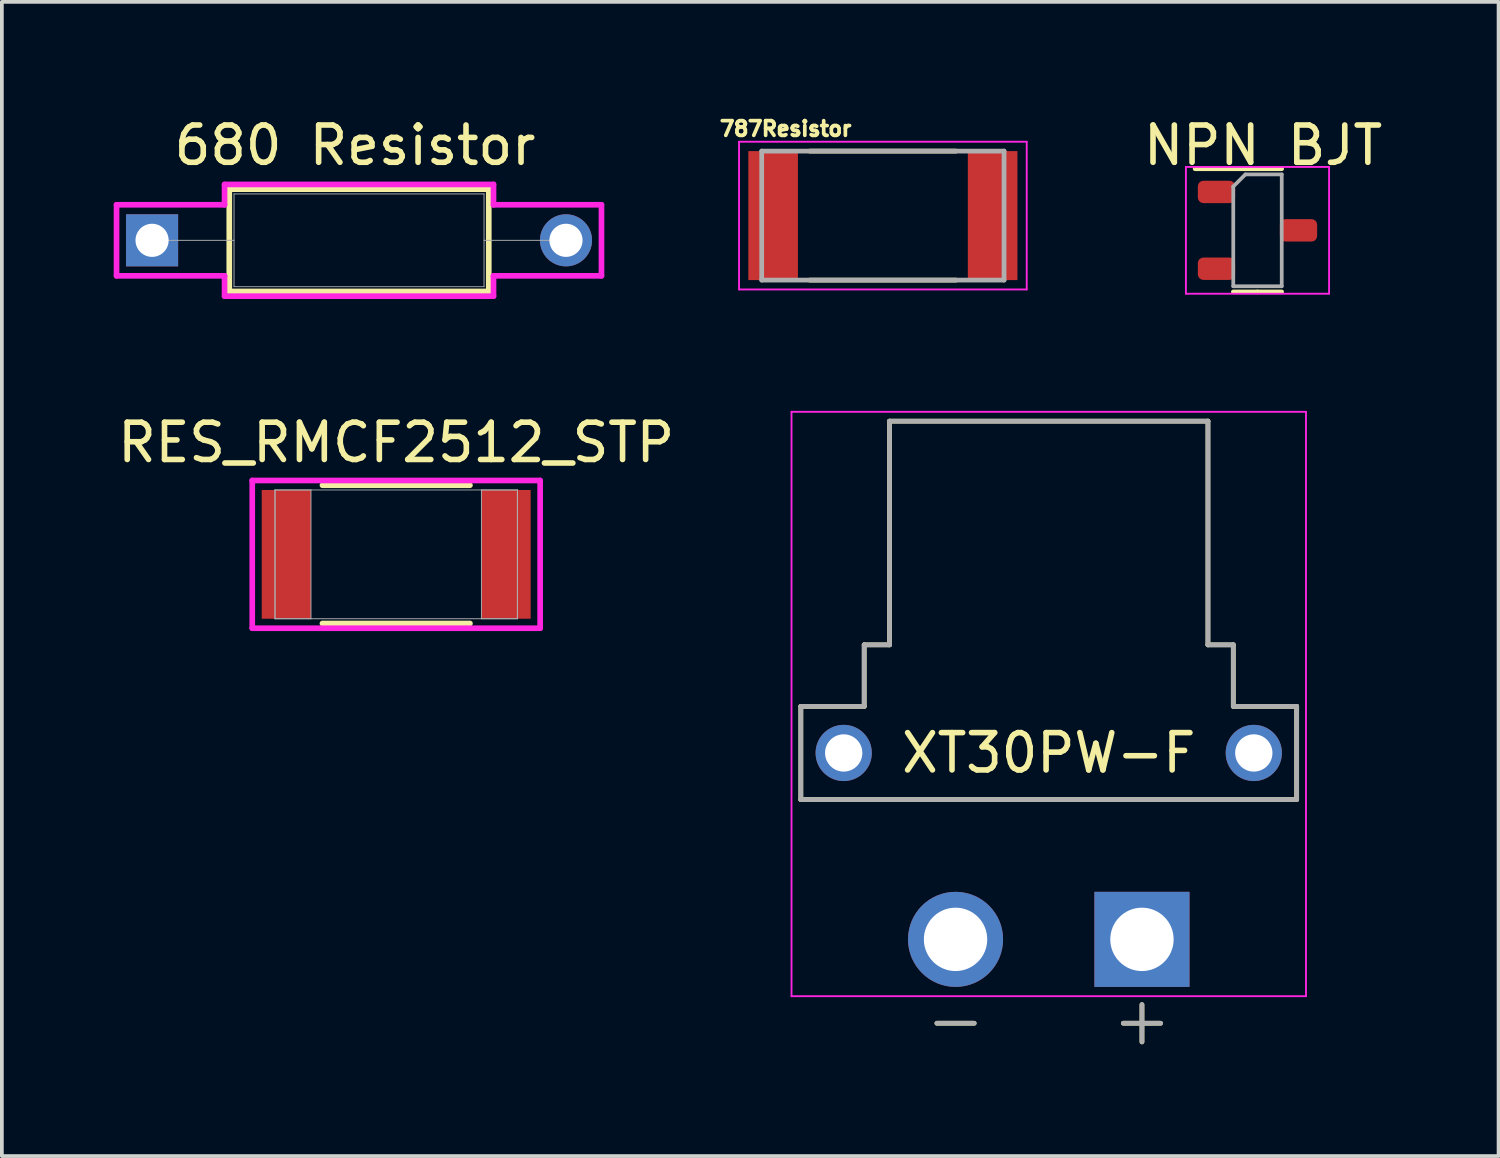
<source format=kicad_pcb>
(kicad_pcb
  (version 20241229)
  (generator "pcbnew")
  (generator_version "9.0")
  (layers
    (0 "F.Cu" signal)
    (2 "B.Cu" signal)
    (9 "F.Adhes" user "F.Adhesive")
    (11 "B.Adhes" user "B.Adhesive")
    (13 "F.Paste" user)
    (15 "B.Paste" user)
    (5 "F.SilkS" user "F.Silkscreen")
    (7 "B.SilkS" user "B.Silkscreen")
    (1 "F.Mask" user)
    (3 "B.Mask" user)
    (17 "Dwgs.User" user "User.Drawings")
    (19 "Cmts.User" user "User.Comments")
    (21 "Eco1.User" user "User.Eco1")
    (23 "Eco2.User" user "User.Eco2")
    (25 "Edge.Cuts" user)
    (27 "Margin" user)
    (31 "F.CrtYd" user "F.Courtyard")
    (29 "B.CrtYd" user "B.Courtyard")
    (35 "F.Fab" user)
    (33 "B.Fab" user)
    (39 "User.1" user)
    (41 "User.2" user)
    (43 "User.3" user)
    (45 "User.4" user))
  (footprint "NPN BJT"
    (layer "F.Cu")
    (at 30.829 3.128)
    (property "Reference" "NPN BJT" (at 0 -2.28 0) (layer "F.SilkS") (effects (font (size 1 1) (thickness 0.15))))
    (attr smd)
    (fp_line (start -0.15 -1.65) (end -1.825 -1.65) (stroke (width 0.12) (type solid)) (layer "F.SilkS"))
    (fp_line (start -0.15 -1.65) (end 0.5 -1.65) (stroke (width 0.12) (type solid)) (layer "F.SilkS"))
    (fp_line (start -0.15 1.65) (end -0.8 1.65) (stroke (width 0.12) (type solid)) (layer "F.SilkS"))
    (fp_line (start -0.15 1.65) (end 0.5 1.65) (stroke (width 0.12) (type solid)) (layer "F.SilkS"))
    (fp_line (start -2.07 -1.7) (end -2.07 1.7) (stroke (width 0.05) (type solid)) (layer "F.CrtYd"))
    (fp_line (start -2.07 1.7) (end 1.77 1.7) (stroke (width 0.05) (type solid)) (layer "F.CrtYd"))
    (fp_line (start 1.77 -1.7) (end -2.07 -1.7) (stroke (width 0.05) (type solid)) (layer "F.CrtYd"))
    (fp_line (start 1.77 1.7) (end 1.77 -1.7) (stroke (width 0.05) (type solid)) (layer "F.CrtYd"))
    (fp_line (start -0.8 -1.175) (end -0.475 -1.5) (stroke (width 0.1) (type solid)) (layer "F.Fab"))
    (fp_line (start -0.8 1.5) (end -0.8 -1.175) (stroke (width 0.1) (type solid)) (layer "F.Fab"))
    (fp_line (start -0.475 -1.5) (end 0.5 -1.5) (stroke (width 0.1) (type solid)) (layer "F.Fab"))
    (fp_line (start 0.5 -1.5) (end 0.5 1.5) (stroke (width 0.1) (type solid)) (layer "F.Fab"))
    (fp_line (start 0.5 1.5) (end -0.8 1.5) (stroke (width 0.1) (type solid)) (layer "F.Fab"))
    (pad "1" smd roundrect (at -1.25 -1.03) (size 1 0.6) (layers "F.Cu" "F.Mask" "F.Paste") (roundrect_rratio 0.25))
    (pad "2" smd roundrect (at -1.25 1.03) (size 1 0.6) (layers "F.Cu" "F.Mask" "F.Paste") (roundrect_rratio 0.25))
    (pad "3" smd roundrect (at 0.95 0) (size 1 0.6) (layers "F.Cu" "F.Mask" "F.Paste") (roundrect_rratio 0.25)))
  (footprint "RES_RMCF2512_STP"
    (layer "F.Cu")
    (at 7.577 11.819)
    (property "Reference" "RES_RMCF2512_STP" (at 0 -3 0) (unlocked yes) (layer "F.SilkS") (effects (font (size 1 1) (thickness 0.15))))
    (attr smd)
    (fp_line (start -1.978 1.854) (end 1.978 1.854) (stroke (width 0.152) (type solid)) (layer "F.SilkS"))
    (fp_line (start 1.978 -1.854) (end -1.978 -1.854) (stroke (width 0.152) (type solid)) (layer "F.SilkS"))
    (fp_line (start -3.861 -1.981) (end 3.861 -1.981) (stroke (width 0.152) (type solid)) (layer "F.CrtYd"))
    (fp_line (start -3.861 1.981) (end -3.861 -1.981) (stroke (width 0.152) (type solid)) (layer "F.CrtYd"))
    (fp_line (start 3.861 -1.981) (end 3.861 1.981) (stroke (width 0.152) (type solid)) (layer "F.CrtYd"))
    (fp_line (start 3.861 1.981) (end -3.861 1.981) (stroke (width 0.152) (type solid)) (layer "F.CrtYd"))
    (fp_line (start -3.251 -1.727) (end -3.251 1.727) (stroke (width 0.025) (type solid)) (layer "F.Fab"))
    (fp_line (start -3.251 -1.727) (end -3.251 1.727) (stroke (width 0.025) (type solid)) (layer "F.Fab"))
    (fp_line (start -3.251 1.727) (end -2.286 1.727) (stroke (width 0.025) (type solid)) (layer "F.Fab"))
    (fp_line (start -3.251 1.727) (end 3.251 1.727) (stroke (width 0.025) (type solid)) (layer "F.Fab"))
    (fp_line (start -2.286 -1.727) (end -3.251 -1.727) (stroke (width 0.025) (type solid)) (layer "F.Fab"))
    (fp_line (start -2.286 1.727) (end -2.286 -1.727) (stroke (width 0.025) (type solid)) (layer "F.Fab"))
    (fp_line (start 2.286 -1.727) (end 2.286 1.727) (stroke (width 0.025) (type solid)) (layer "F.Fab"))
    (fp_line (start 2.286 1.727) (end 3.251 1.727) (stroke (width 0.025) (type solid)) (layer "F.Fab"))
    (fp_line (start 3.251 -1.727) (end -3.251 -1.727) (stroke (width 0.025) (type solid)) (layer "F.Fab"))
    (fp_line (start 3.251 -1.727) (end 2.286 -1.727) (stroke (width 0.025) (type solid)) (layer "F.Fab"))
    (fp_line (start 3.251 1.727) (end 3.251 -1.727) (stroke (width 0.025) (type solid)) (layer "F.Fab"))
    (fp_line (start 3.251 1.727) (end 3.251 -1.727) (stroke (width 0.025) (type solid)) (layer "F.Fab"))
    (pad "1" smd rect (at -2.946 0) (size 1.321 3.454) (layers "F.Cu" "F.Mask" "F.Paste"))
    (pad "2" smd rect (at 2.946 0) (size 1.321 3.454) (layers "F.Cu" "F.Mask" "F.Paste"))
    (zone (net_name "") (layer "F.Cu") (hatch full 0.508) (connect_pads) (min_thickness 0.254) (filled_areas_thickness no) (keepout (tracks not_allowed) (vias not_allowed) (pads allowed) (copperpour not_allowed) (footprints allowed)) (placement (enabled no)) (fill) (polygon (pts (xy 5.342 10.142) (xy 9.813 10.142) (xy 9.813 13.495) (xy 5.342 13.495)))))
  (footprint "787Resistor"
    (layer "F.Cu")
    (at 20.631 2.733)
    (property "Reference" "787Resistor" (at -2.61 -2.33 0) (layer "F.SilkS") (effects (font (size 0.394 0.394) (thickness 0.15))))
    (attr smd)
    (fp_line (start -1.96 -1.73) (end 1.96 -1.73) (stroke (width 0.127) (type solid)) (layer "F.SilkS"))
    (fp_line (start -1.96 1.73) (end 1.96 1.73) (stroke (width 0.127) (type solid)) (layer "F.SilkS"))
    (fp_line (start -3.858 -1.981) (end 3.858 -1.981) (stroke (width 0.05) (type solid)) (layer "F.CrtYd"))
    (fp_line (start -3.858 1.981) (end -3.858 -1.981) (stroke (width 0.05) (type solid)) (layer "F.CrtYd"))
    (fp_line (start -3.858 1.981) (end 3.858 1.981) (stroke (width 0.05) (type solid)) (layer "F.CrtYd"))
    (fp_line (start 3.858 1.981) (end 3.858 -1.981) (stroke (width 0.05) (type solid)) (layer "F.CrtYd"))
    (fp_line (start -3.25 1.73) (end -3.25 -1.73) (stroke (width 0.127) (type solid)) (layer "F.Fab"))
    (fp_line (start 3.25 -1.73) (end -3.25 -1.73) (stroke (width 0.127) (type solid)) (layer "F.Fab"))
    (fp_line (start 3.25 1.73) (end -3.25 1.73) (stroke (width 0.127) (type solid)) (layer "F.Fab"))
    (fp_line (start 3.25 1.73) (end 3.25 -1.73) (stroke (width 0.127) (type solid)) (layer "F.Fab"))
    (pad "1" smd rect (at -2.944 0) (size 1.33 3.46) (layers "F.Cu" "F.Mask" "F.Paste"))
    (pad "2" smd rect (at 2.944 0) (size 1.33 3.46) (layers "F.Cu" "F.Mask" "F.Paste")))
  (footprint "680 Resistor"
    (layer "F.Cu")
    (at 6.473 3.348)
    (property "Reference" "680 Resistor" (at 0 -2.5 0) (unlocked yes) (layer "F.SilkS") (effects (font (size 1 1) (thickness 0.15))))
    (attr through_hole)
    (fp_line (start -3.373 -1.324) (end -3.373 1.419) (stroke (width 0.152) (type solid)) (layer "F.SilkS"))
    (fp_line (start -3.373 1.419) (end 3.587 1.419) (stroke (width 0.152) (type solid)) (layer "F.SilkS"))
    (fp_line (start 3.587 -1.324) (end -3.373 -1.324) (stroke (width 0.152) (type solid)) (layer "F.SilkS"))
    (fp_line (start 3.587 1.419) (end 3.587 -1.324) (stroke (width 0.152) (type solid)) (layer "F.SilkS"))
    (fp_line (start -6.397 -0.905) (end -3.5 -0.905) (stroke (width 0.152) (type solid)) (layer "F.CrtYd"))
    (fp_line (start -6.397 1) (end -6.397 -0.905) (stroke (width 0.152) (type solid)) (layer "F.CrtYd"))
    (fp_line (start -3.5 -1.451) (end 3.714 -1.451) (stroke (width 0.152) (type solid)) (layer "F.CrtYd"))
    (fp_line (start -3.5 -0.905) (end -3.5 -1.451) (stroke (width 0.152) (type solid)) (layer "F.CrtYd"))
    (fp_line (start -3.5 1) (end -6.397 1) (stroke (width 0.152) (type solid)) (layer "F.CrtYd"))
    (fp_line (start -3.5 1.546) (end -3.5 1) (stroke (width 0.152) (type solid)) (layer "F.CrtYd"))
    (fp_line (start 3.714 -1.451) (end 3.714 -0.905) (stroke (width 0.152) (type solid)) (layer "F.CrtYd"))
    (fp_line (start 3.714 -0.905) (end 6.61 -0.905) (stroke (width 0.152) (type solid)) (layer "F.CrtYd"))
    (fp_line (start 3.714 1) (end 3.714 1.546) (stroke (width 0.152) (type solid)) (layer "F.CrtYd"))
    (fp_line (start 3.714 1.546) (end -3.5 1.546) (stroke (width 0.152) (type solid)) (layer "F.CrtYd"))
    (fp_line (start 6.61 -0.905) (end 6.61 1) (stroke (width 0.152) (type solid)) (layer "F.CrtYd"))
    (fp_line (start 6.61 1) (end 3.714 1) (stroke (width 0.152) (type solid)) (layer "F.CrtYd"))
    (fp_line (start -5.444 0.048) (end -3.246 0.048) (stroke (width 0.025) (type solid)) (layer "F.Fab"))
    (fp_line (start -3.246 -1.197) (end -3.246 1.292) (stroke (width 0.025) (type solid)) (layer "F.Fab"))
    (fp_line (start -3.246 1.292) (end 3.46 1.292) (stroke (width 0.025) (type solid)) (layer "F.Fab"))
    (fp_line (start 3.46 -1.197) (end -3.246 -1.197) (stroke (width 0.025) (type solid)) (layer "F.Fab"))
    (fp_line (start 3.46 1.292) (end 3.46 -1.197) (stroke (width 0.025) (type solid)) (layer "F.Fab"))
    (fp_line (start 5.658 0.048) (end 3.46 0.048) (stroke (width 0.025) (type solid)) (layer "F.Fab"))
    (pad "1" thru_hole rect (at -5.444 0.048) (size 1.397 1.397) (drill 0.889) (layers "*.Cu" "*.Mask"))
    (pad "2" thru_hole circle (at 5.658 0.048) (size 1.397 1.397) (drill 0.889) (layers "*.Cu" "*.Mask")))
  (footprint "XT30PW-F"
    (layer "F.Cu")
    (at 25.08 17.146)
    (property "Reference" "XT30PW-F" (at 0 0 0) (layer "F.SilkS") (effects (font (size 1 1) (thickness 0.15))))
    (attr through_hole)
    (fp_line (start -6.65 -1.25) (end -4.95 -1.25) (stroke (width 0.127) (type solid)) (layer "F.SilkS"))
    (fp_line (start -6.65 1.25) (end -6.65 -1.25) (stroke (width 0.127) (type solid)) (layer "F.SilkS"))
    (fp_line (start -4.95 -2.9) (end -4.27 -2.9) (stroke (width 0.127) (type solid)) (layer "F.SilkS"))
    (fp_line (start -4.95 -1.25) (end -4.95 -2.9) (stroke (width 0.127) (type solid)) (layer "F.SilkS"))
    (fp_line (start -4.27 -8.9) (end 4.27 -8.9) (stroke (width 0.127) (type solid)) (layer "F.SilkS"))
    (fp_line (start -4.27 -2.9) (end -4.27 -8.9) (stroke (width 0.127) (type solid)) (layer "F.SilkS"))
    (fp_line (start -3 7.25) (end -2 7.25) (stroke (width 0.127) (type solid)) (layer "F.SilkS"))
    (fp_line (start 2 7.25) (end 3 7.25) (stroke (width 0.127) (type solid)) (layer "F.SilkS"))
    (fp_line (start 2.5 6.75) (end 2.5 7.75) (stroke (width 0.127) (type solid)) (layer "F.SilkS"))
    (fp_line (start 4.27 -2.9) (end 4.27 -8.9) (stroke (width 0.127) (type solid)) (layer "F.SilkS"))
    (fp_line (start 4.95 -2.9) (end 4.27 -2.9) (stroke (width 0.127) (type solid)) (layer "F.SilkS"))
    (fp_line (start 4.95 -1.25) (end 4.95 -2.9) (stroke (width 0.127) (type solid)) (layer "F.SilkS"))
    (fp_line (start 6.65 -1.25) (end 4.95 -1.25) (stroke (width 0.127) (type solid)) (layer "F.SilkS"))
    (fp_line (start 6.65 1.25) (end -6.65 1.25) (stroke (width 0.127) (type solid)) (layer "F.SilkS"))
    (fp_line (start 6.65 1.25) (end 6.65 -1.25) (stroke (width 0.127) (type solid)) (layer "F.SilkS"))
    (fp_line (start -6.9 -9.15) (end 6.9 -9.15) (stroke (width 0.05) (type solid)) (layer "F.CrtYd"))
    (fp_line (start -6.9 6.525) (end -6.9 -9.15) (stroke (width 0.05) (type solid)) (layer "F.CrtYd"))
    (fp_line (start 6.9 -9.15) (end 6.9 6.525) (stroke (width 0.05) (type solid)) (layer "F.CrtYd"))
    (fp_line (start 6.9 6.525) (end -6.9 6.525) (stroke (width 0.05) (type solid)) (layer "F.CrtYd"))
    (fp_line (start -6.65 -1.25) (end -4.95 -1.25) (stroke (width 0.127) (type solid)) (layer "F.Fab"))
    (fp_line (start -6.65 1.25) (end -6.65 -1.25) (stroke (width 0.127) (type solid)) (layer "F.Fab"))
    (fp_line (start -4.95 -2.9) (end -4.27 -2.9) (stroke (width 0.127) (type solid)) (layer "F.Fab"))
    (fp_line (start -4.95 -1.25) (end -4.95 -2.9) (stroke (width 0.127) (type solid)) (layer "F.Fab"))
    (fp_line (start -4.27 -8.9) (end 4.27 -8.9) (stroke (width 0.127) (type solid)) (layer "F.Fab"))
    (fp_line (start -4.27 -2.9) (end -4.27 -8.9) (stroke (width 0.127) (type solid)) (layer "F.Fab"))
    (fp_line (start -3 7.25) (end -2 7.25) (stroke (width 0.127) (type solid)) (layer "F.Fab"))
    (fp_line (start 2 7.25) (end 3 7.25) (stroke (width 0.127) (type solid)) (layer "F.Fab"))
    (fp_line (start 2.5 6.75) (end 2.5 7.75) (stroke (width 0.127) (type solid)) (layer "F.Fab"))
    (fp_line (start 4.27 -2.9) (end 4.27 -8.9) (stroke (width 0.127) (type solid)) (layer "F.Fab"))
    (fp_line (start 4.95 -2.9) (end 4.27 -2.9) (stroke (width 0.127) (type solid)) (layer "F.Fab"))
    (fp_line (start 4.95 -1.25) (end 4.95 -2.9) (stroke (width 0.127) (type solid)) (layer "F.Fab"))
    (fp_line (start 6.65 -1.25) (end 4.95 -1.25) (stroke (width 0.127) (type solid)) (layer "F.Fab"))
    (fp_line (start 6.65 1.25) (end -6.65 1.25) (stroke (width 0.127) (type solid)) (layer "F.Fab"))
    (fp_line (start 6.65 1.25) (end 6.65 -1.25) (stroke (width 0.127) (type solid)) (layer "F.Fab"))
    (pad "N" thru_hole circle (at -2.5 5) (size 2.55 2.55) (drill 1.7) (layers "*.Cu" "*.Mask"))
    (pad "P" thru_hole rect (at 2.5 5) (size 2.55 2.55) (drill 1.7) (layers "*.Cu" "*.Mask"))
    (pad "S1" thru_hole circle (at 5.5 0) (size 1.508 1.508) (drill 1) (layers "*.Cu" "*.Mask"))
    (pad "S2" thru_hole circle (at -5.5 0) (size 1.508 1.508) (drill 1) (layers "*.Cu" "*.Mask")))
  (gr_rect
    (start -3 -3)
    (end 37.145 27.959)
    (stroke (width 0.1) (type default))
    (fill no)
    (layer "Edge.Cuts")))
</source>
